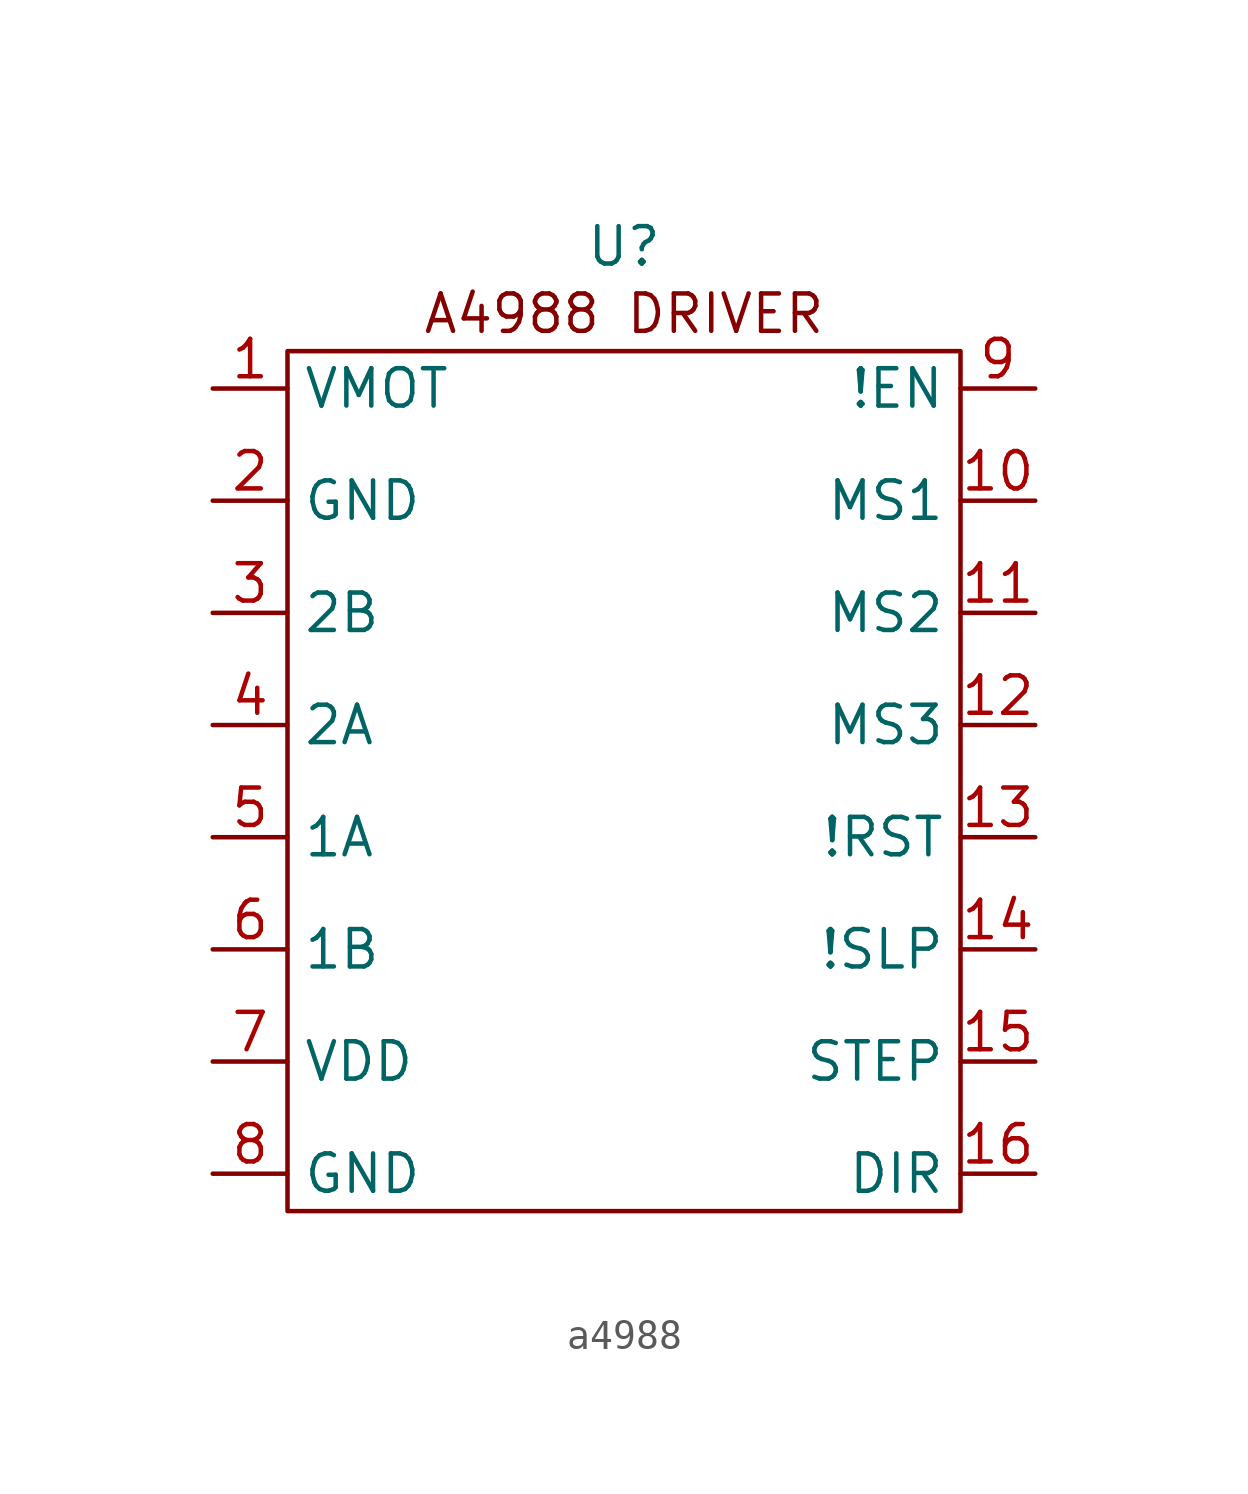
<source format=kicad_sym>
(kicad_symbol_lib
  (version 20241209)
  (generator "kicad_symbol_editor")
  (generator_version "9.0")
  (symbol "a4988"
    (property "Reference" "U"
      (at 0 16.256 0)
      (effects (font (size 1.27 1.27))))
    (property "Value" ""
      (at 0 0 0)
      (effects (font (size 1.27 1.27))))
    (symbol "a4988_0_1"
      (rectangle (start -11.43 12.7) (end 11.43 -16.51) (stroke (width 0) (type default)) (fill (type none))))
    (symbol "a4988_1_1"
      (text "A4988 DRIVER" (at 0 13.97 0) (effects (font (size 1.27 1.27))))
      (pin input line (at -13.97 11.43 0) (length 2.54) (name "VMOT" (effects (font (size 1.27 1.27)))) (number "1" (effects (font (size 1.27 1.27)))))
      (pin input line (at -13.97 7.62 0) (length 2.54) (name "GND" (effects (font (size 1.27 1.27)))) (number "2" (effects (font (size 1.27 1.27)))))
      (pin input line (at -13.97 3.81 0) (length 2.54) (name "2B" (effects (font (size 1.27 1.27)))) (number "3" (effects (font (size 1.27 1.27)))))
      (pin input line (at -13.97 0 0) (length 2.54) (name "2A" (effects (font (size 1.27 1.27)))) (number "4" (effects (font (size 1.27 1.27)))))
      (pin input line (at -13.97 -3.81 0) (length 2.54) (name "1A" (effects (font (size 1.27 1.27)))) (number "5" (effects (font (size 1.27 1.27)))))
      (pin input line (at -13.97 -7.62 0) (length 2.54) (name "1B" (effects (font (size 1.27 1.27)))) (number "6" (effects (font (size 1.27 1.27)))))
      (pin input line (at -13.97 -11.43 0) (length 2.54) (name "VDD" (effects (font (size 1.27 1.27)))) (number "7" (effects (font (size 1.27 1.27)))))
      (pin input line (at -13.97 -15.24 0) (length 2.54) (name "GND" (effects (font (size 1.27 1.27)))) (number "8" (effects (font (size 1.27 1.27)))))
      (pin input line (at 13.97 11.43 180) (length 2.54) (name "!EN" (effects (font (size 1.27 1.27)))) (number "9" (effects (font (size 1.27 1.27)))))
      (pin input line (at 13.97 7.62 180) (length 2.54) (name "MS1" (effects (font (size 1.27 1.27)))) (number "10" (effects (font (size 1.27 1.27)))))
      (pin input line (at 13.97 3.81 180) (length 2.54) (name "MS2" (effects (font (size 1.27 1.27)))) (number "11" (effects (font (size 1.27 1.27)))))
      (pin input line (at 13.97 0 180) (length 2.54) (name "MS3" (effects (font (size 1.27 1.27)))) (number "12" (effects (font (size 1.27 1.27)))))
      (pin input line (at 13.97 -3.81 180) (length 2.54) (name "!RST" (effects (font (size 1.27 1.27)))) (number "13" (effects (font (size 1.27 1.27)))))
      (pin input line (at 13.97 -7.62 180) (length 2.54) (name "!SLP" (effects (font (size 1.27 1.27)))) (number "14" (effects (font (size 1.27 1.27)))))
      (pin input line (at 13.97 -11.43 180) (length 2.54) (name "STEP" (effects (font (size 1.27 1.27)))) (number "15" (effects (font (size 1.27 1.27)))))
      (pin input line (at 13.97 -15.24 180) (length 2.54) (name "DIR" (effects (font (size 1.27 1.27)))) (number "16" (effects (font (size 1.27 1.27))))))))
</source>
